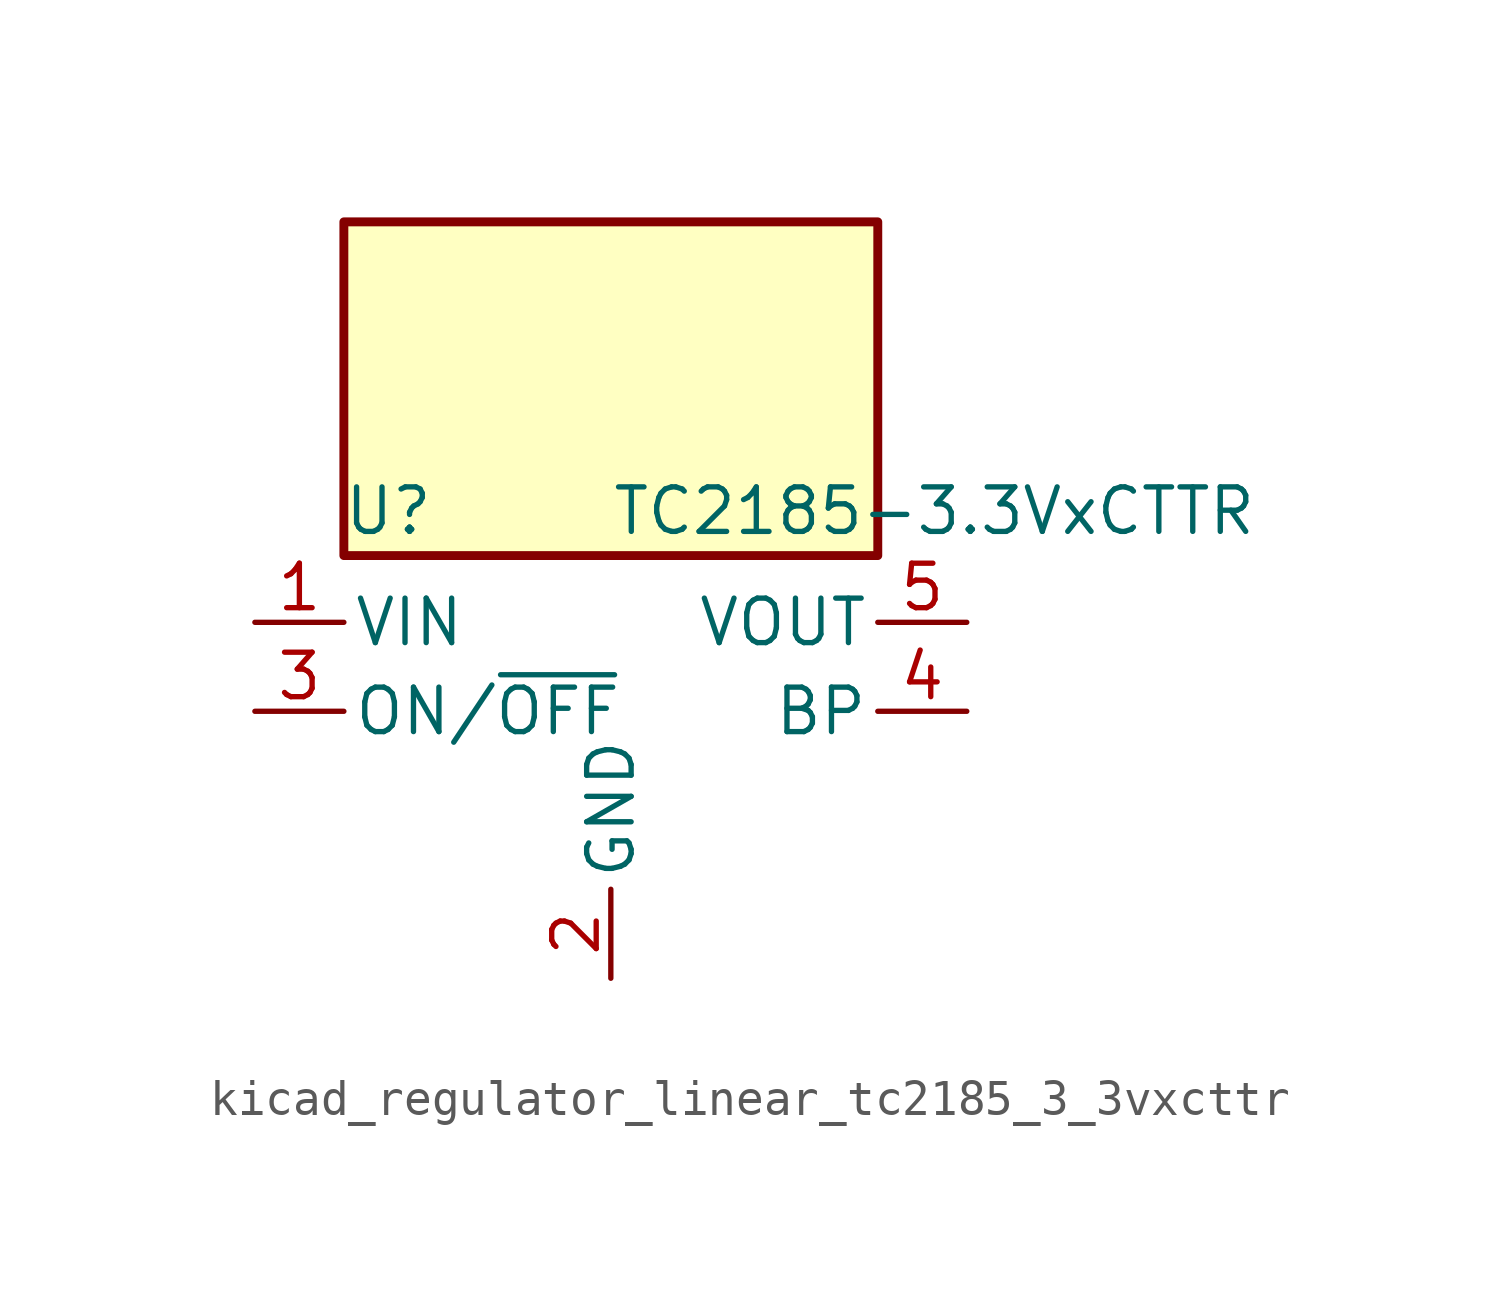
<source format=kicad_sym>
(kicad_symbol_lib
  (version 20220914)
  (generator kicad_symbol_editor)
  (symbol "kicad_regulator_linear_tc2185_3_3vxcttr"
    (pin_names
      (offset 0.254))
    (property "Reference" "U"
      (at -6.35 5.715 0)
      (effects (font (size 1.27 1.27))))
    (property "Value" "TC2185-3.3VxCTTR"
      (at 0 5.715 0)
      (effects (font (size 1.27 1.27)) (justify left)))
    (symbol "kicad_regulator_linear_tc2185_3_3vxcttr_0_1"
      (rectangle (start 7.62 13.97) (end -7.62 4.445) (stroke (width 0.254) (type default)) (fill (type background))))
    (symbol "kicad_regulator_linear_tc2185_3_3vxcttr_1_1"
      (pin power_in line (at -10.16 2.54 0) (length 2.54) (name "VIN" (effects (font (size 1.27 1.27)))) (number "1" (effects (font (size 1.27 1.27)))))
      (pin power_in line (at 0 -7.62 90) (length 2.54) (name "GND" (effects (font (size 1.27 1.27)))) (number "2" (effects (font (size 1.27 1.27)))))
      (pin input line (at -10.16 0 0) (length 2.54) (name "ON/~{OFF}" (effects (font (size 1.27 1.27)))) (number "3" (effects (font (size 1.27 1.27)))))
      (pin input line (at 10.16 0 180) (length 2.54) (name "BP" (effects (font (size 1.27 1.27)))) (number "4" (effects (font (size 1.27 1.27)))))
      (pin power_out line (at 10.16 2.54 180) (length 2.54) (name "VOUT" (effects (font (size 1.27 1.27)))) (number "5" (effects (font (size 1.27 1.27))))))))
</source>
